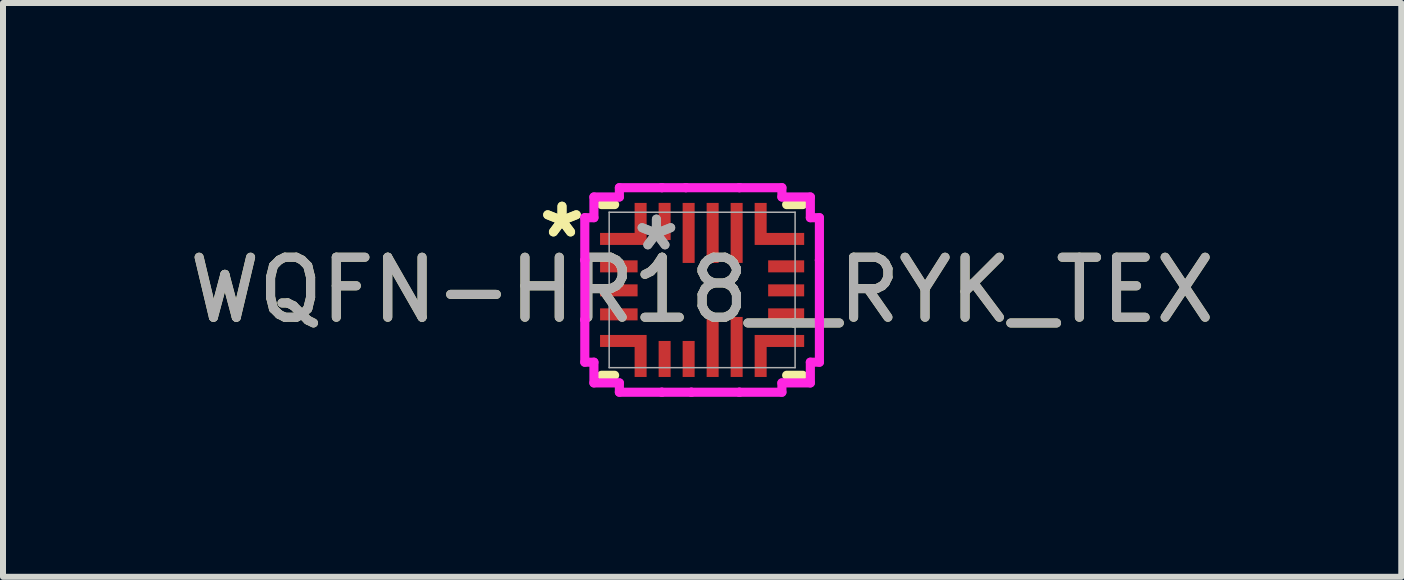
<source format=kicad_pcb>
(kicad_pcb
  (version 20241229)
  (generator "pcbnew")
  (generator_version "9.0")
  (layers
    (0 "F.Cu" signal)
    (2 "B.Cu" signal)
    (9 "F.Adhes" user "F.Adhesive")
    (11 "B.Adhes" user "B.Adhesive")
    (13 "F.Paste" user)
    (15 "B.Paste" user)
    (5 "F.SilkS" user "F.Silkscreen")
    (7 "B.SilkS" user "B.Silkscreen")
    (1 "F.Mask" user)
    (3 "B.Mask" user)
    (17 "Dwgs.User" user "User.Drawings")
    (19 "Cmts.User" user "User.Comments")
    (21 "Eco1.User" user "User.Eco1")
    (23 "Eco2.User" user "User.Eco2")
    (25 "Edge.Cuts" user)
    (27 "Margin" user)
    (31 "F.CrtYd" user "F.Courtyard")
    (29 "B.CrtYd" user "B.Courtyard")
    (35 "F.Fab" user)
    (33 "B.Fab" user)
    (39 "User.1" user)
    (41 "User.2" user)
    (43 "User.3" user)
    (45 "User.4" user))
  (footprint "WQFN-HR18__RYK_TEX"
    (layer "F.Cu")
    (at 8.649 1.781)
    (property "Reference" "WQFN-HR18__RYK_TEX" (at 0 0 0) (unlocked yes) (layer "F.SilkS") (effects (font (size 1 1) (thickness 0.15))))
    (attr smd)
    (fp_poly (pts (xy -1.701 -0.95) (xy -1.701 -0.75) (xy -0.925 -0.75) (xy -0.925 -1.45) (xy -1.125 -1.45) (xy -1.125 -0.95)) (stroke (width 0) (type solid)) (fill yes) (layer "F.Cu"))
    (fp_poly (pts (xy -1.701 0.95) (xy -1.701 0.75) (xy -0.925 0.75) (xy -0.925 1.45) (xy -1.125 1.45) (xy -1.125 0.95)) (stroke (width 0) (type solid)) (fill yes) (layer "F.Cu"))
    (fp_poly (pts (xy 0.875 -1.45) (xy 0.875 -0.75) (xy 1.7 -0.75) (xy 1.7 -0.95) (xy 1.075 -0.95) (xy 1.075 -1.45)) (stroke (width 0) (type solid)) (fill yes) (layer "F.Cu"))
    (fp_poly (pts (xy 0.875 1.45) (xy 0.875 0.75) (xy 1.7 0.75) (xy 1.7 0.95) (xy 1.075 0.95) (xy 1.075 1.45)) (stroke (width 0) (type solid)) (fill yes) (layer "F.Cu"))
    (fp_poly (pts (xy -1.701 -0.95) (xy -1.701 -0.75) (xy -0.925 -0.75) (xy -0.925 -1.45) (xy -1.125 -1.45) (xy -1.125 -0.95)) (stroke (width 0) (type solid)) (fill yes) (layer "F.Mask"))
    (fp_poly (pts (xy -1.701 0.95) (xy -1.701 0.75) (xy -0.925 0.75) (xy -0.925 1.45) (xy -1.125 1.45) (xy -1.125 0.95)) (stroke (width 0) (type solid)) (fill yes) (layer "F.Mask"))
    (fp_poly (pts (xy 0.875 -1.45) (xy 0.875 -0.75) (xy 1.7 -0.75) (xy 1.7 -0.95) (xy 1.075 -0.95) (xy 1.075 -1.45)) (stroke (width 0) (type solid)) (fill yes) (layer "F.Mask"))
    (fp_poly (pts (xy 0.875 1.45) (xy 0.875 0.75) (xy 1.7 0.75) (xy 1.7 0.95) (xy 1.075 0.95) (xy 1.075 1.45)) (stroke (width 0) (type solid)) (fill yes) (layer "F.Mask"))
    (fp_line (start -1.676 -1.422) (end -1.458 -1.422) (stroke (width 0.152) (type solid)) (layer "F.SilkS"))
    (fp_line (start -1.458 1.422) (end -1.676 1.422) (stroke (width 0.152) (type solid)) (layer "F.SilkS"))
    (fp_line (start 1.408 -1.422) (end 1.676 -1.422) (stroke (width 0.152) (type solid)) (layer "F.SilkS"))
    (fp_line (start 1.676 1.422) (end 1.408 1.422) (stroke (width 0.152) (type solid)) (layer "F.SilkS"))
    (fp_poly (pts (xy -1.701 -0.95) (xy -1.701 -0.75) (xy -0.925 -0.75) (xy -0.925 -1.45) (xy -1.125 -1.45) (xy -1.125 -0.95)) (stroke (width 0) (type solid)) (fill yes) (layer "F.Paste"))
    (fp_poly (pts (xy -1.701 0.95) (xy -1.701 0.75) (xy -0.925 0.75) (xy -0.925 1.45) (xy -1.125 1.45) (xy -1.125 0.95)) (stroke (width 0) (type solid)) (fill yes) (layer "F.Paste"))
    (fp_poly (pts (xy 0.875 -1.45) (xy 0.875 -0.75) (xy 1.7 -0.75) (xy 1.7 -0.95) (xy 1.075 -0.95) (xy 1.075 -1.45)) (stroke (width 0) (type solid)) (fill yes) (layer "F.Paste"))
    (fp_poly (pts (xy 0.875 1.45) (xy 0.875 0.75) (xy 1.7 0.75) (xy 1.7 0.95) (xy 1.075 0.95) (xy 1.075 1.45)) (stroke (width 0) (type solid)) (fill yes) (layer "F.Paste"))
    (fp_line (start -1.955 -1.204) (end -1.955 -0.496) (stroke (width 0.152) (type solid)) (layer "F.CrtYd"))
    (fp_line (start -1.955 -0.496) (end -1.954 -0.496) (stroke (width 0.152) (type solid)) (layer "F.CrtYd"))
    (fp_line (start -1.955 0.496) (end -1.955 1.204) (stroke (width 0.152) (type solid)) (layer "F.CrtYd"))
    (fp_line (start -1.955 1.204) (end -1.803 1.204) (stroke (width 0.152) (type solid)) (layer "F.CrtYd"))
    (fp_line (start -1.954 -0.496) (end -1.954 0.496) (stroke (width 0.152) (type solid)) (layer "F.CrtYd"))
    (fp_line (start -1.954 0.496) (end -1.955 0.496) (stroke (width 0.152) (type solid)) (layer "F.CrtYd"))
    (fp_line (start -1.803 -1.549) (end -1.803 -1.204) (stroke (width 0.152) (type solid)) (layer "F.CrtYd"))
    (fp_line (start -1.803 -1.204) (end -1.955 -1.204) (stroke (width 0.152) (type solid)) (layer "F.CrtYd"))
    (fp_line (start -1.803 1.204) (end -1.803 1.549) (stroke (width 0.152) (type solid)) (layer "F.CrtYd"))
    (fp_line (start -1.803 1.549) (end -1.379 1.549) (stroke (width 0.152) (type solid)) (layer "F.CrtYd"))
    (fp_line (start -1.379 -1.704) (end -1.379 -1.549) (stroke (width 0.152) (type solid)) (layer "F.CrtYd"))
    (fp_line (start -1.379 -1.549) (end -1.803 -1.549) (stroke (width 0.152) (type solid)) (layer "F.CrtYd"))
    (fp_line (start -1.379 1.549) (end -1.379 1.704) (stroke (width 0.152) (type solid)) (layer "F.CrtYd"))
    (fp_line (start -1.379 1.704) (end -0.671 1.704) (stroke (width 0.152) (type solid)) (layer "F.CrtYd"))
    (fp_line (start -0.671 -1.704) (end -0.671 -1.704) (stroke (width 0.152) (type solid)) (layer "F.CrtYd"))
    (fp_line (start -0.671 -1.704) (end -1.379 -1.704) (stroke (width 0.152) (type solid)) (layer "F.CrtYd"))
    (fp_line (start -0.671 1.704) (end -0.671 1.704) (stroke (width 0.152) (type solid)) (layer "F.CrtYd"))
    (fp_line (start -0.671 1.704) (end -0.179 1.704) (stroke (width 0.152) (type solid)) (layer "F.CrtYd"))
    (fp_line (start -0.271 -1.704) (end -0.671 -1.704) (stroke (width 0.152) (type solid)) (layer "F.CrtYd"))
    (fp_line (start -0.271 -1.704) (end -0.271 -1.704) (stroke (width 0.152) (type solid)) (layer "F.CrtYd"))
    (fp_line (start -0.179 1.704) (end 0.621 1.704) (stroke (width 0.152) (type solid)) (layer "F.CrtYd"))
    (fp_line (start -0.179 1.704) (end -0.179 1.704) (stroke (width 0.152) (type solid)) (layer "F.CrtYd"))
    (fp_line (start 0.621 -1.704) (end 0.621 -1.704) (stroke (width 0.152) (type solid)) (layer "F.CrtYd"))
    (fp_line (start 0.621 -1.704) (end -0.271 -1.704) (stroke (width 0.152) (type solid)) (layer "F.CrtYd"))
    (fp_line (start 0.621 1.704) (end 0.621 1.704) (stroke (width 0.152) (type solid)) (layer "F.CrtYd"))
    (fp_line (start 0.621 1.704) (end 1.329 1.704) (stroke (width 0.152) (type solid)) (layer "F.CrtYd"))
    (fp_line (start 1.329 -1.704) (end 0.621 -1.704) (stroke (width 0.152) (type solid)) (layer "F.CrtYd"))
    (fp_line (start 1.329 -1.549) (end 1.329 -1.704) (stroke (width 0.152) (type solid)) (layer "F.CrtYd"))
    (fp_line (start 1.329 1.549) (end 1.803 1.549) (stroke (width 0.152) (type solid)) (layer "F.CrtYd"))
    (fp_line (start 1.329 1.704) (end 1.329 1.549) (stroke (width 0.152) (type solid)) (layer "F.CrtYd"))
    (fp_line (start 1.803 -1.549) (end 1.329 -1.549) (stroke (width 0.152) (type solid)) (layer "F.CrtYd"))
    (fp_line (start 1.803 -1.204) (end 1.803 -1.549) (stroke (width 0.152) (type solid)) (layer "F.CrtYd"))
    (fp_line (start 1.803 1.204) (end 1.954 1.204) (stroke (width 0.152) (type solid)) (layer "F.CrtYd"))
    (fp_line (start 1.803 1.549) (end 1.803 1.204) (stroke (width 0.152) (type solid)) (layer "F.CrtYd"))
    (fp_line (start 1.954 -1.204) (end 1.803 -1.204) (stroke (width 0.152) (type solid)) (layer "F.CrtYd"))
    (fp_line (start 1.954 -0.496) (end 1.954 -1.204) (stroke (width 0.152) (type solid)) (layer "F.CrtYd"))
    (fp_line (start 1.954 -0.496) (end 1.954 -0.496) (stroke (width 0.152) (type solid)) (layer "F.CrtYd"))
    (fp_line (start 1.954 0.496) (end 1.954 -0.496) (stroke (width 0.152) (type solid)) (layer "F.CrtYd"))
    (fp_line (start 1.954 0.496) (end 1.954 0.496) (stroke (width 0.152) (type solid)) (layer "F.CrtYd"))
    (fp_line (start 1.954 1.204) (end 1.954 0.496) (stroke (width 0.152) (type solid)) (layer "F.CrtYd"))
    (fp_line (start -1.549 -1.295) (end -1.549 1.295) (stroke (width 0.025) (type solid)) (layer "F.Fab"))
    (fp_line (start -1.549 1.295) (end 1.549 1.295) (stroke (width 0.025) (type solid)) (layer "F.Fab"))
    (fp_line (start 1.549 -1.295) (end -1.549 -1.295) (stroke (width 0.025) (type solid)) (layer "F.Fab"))
    (fp_line (start 1.549 1.295) (end 1.549 -1.295) (stroke (width 0.025) (type solid)) (layer "F.Fab"))
    (fp_text user "*" (at -2.335 -0.85 0) (layer "F.SilkS") (effects (font (size 1 1) (thickness 0.15))))
    (fp_text user "*" (at -2.335 -0.85 0) (unlocked yes) (layer "F.SilkS") (effects (font (size 1 1) (thickness 0.15))))
    (fp_text user "*" (at -0.762 -0.635 0) (layer "F.Fab") (effects (font (size 1 1) (thickness 0.15))))
    (fp_text user "${REFERENCE}" (at 0 0 0) (unlocked yes) (layer "F.Fab") (effects (font (size 1 1) (thickness 0.15))))
    (fp_text user "*" (at -0.762 -0.635 0) (unlocked yes) (layer "F.Fab") (effects (font (size 1 1) (thickness 0.15))))
    (pad "1" smd rect (at -1.025 -0.85) (size 0.127 0.127) (layers "F.Cu" "F.Mask" "F.Paste"))
    (pad "2" smd rect (at -1.388 -0.393) (size 0.625 0.2) (layers "F.Cu" "F.Mask" "F.Paste"))
    (pad "3" smd rect (at -1.388 0.007) (size 0.625 0.2) (layers "F.Cu" "F.Mask" "F.Paste"))
    (pad "4" smd rect (at -1.388 0.407) (size 0.625 0.2) (layers "F.Cu" "F.Mask" "F.Paste"))
    (pad "5" smd rect (at -1.025 0.85) (size 0.127 0.127) (layers "F.Cu" "F.Mask" "F.Paste"))
    (pad "6" smd rect (at -0.625 1.15 90) (size 0.6 0.2) (layers "F.Cu" "F.Mask" "F.Paste"))
    (pad "7" smd rect (at -0.225 1.15 90) (size 0.6 0.2) (layers "F.Cu" "F.Mask" "F.Paste"))
    (pad "8" smd rect (at 0.175 0.95) (size 0.2 1) (layers "F.Cu" "F.Mask" "F.Paste"))
    (pad "9" smd rect (at 0.575 0.95) (size 0.2 1) (layers "F.Cu" "F.Mask" "F.Paste"))
    (pad "10" smd rect (at 0.975 0.85) (size 0.127 0.127) (layers "F.Cu" "F.Mask" "F.Paste"))
    (pad "11" smd rect (at 1.4 0.407) (size 0.6 0.2) (layers "F.Cu" "F.Mask" "F.Paste"))
    (pad "12" smd rect (at 1.4 0.007) (size 0.6 0.2) (layers "F.Cu" "F.Mask" "F.Paste"))
    (pad "13" smd rect (at 1.4 -0.393) (size 0.6 0.2) (layers "F.Cu" "F.Mask" "F.Paste"))
    (pad "14" smd rect (at 0.975 -0.85) (size 0.127 0.127) (layers "F.Cu" "F.Mask" "F.Paste"))
    (pad "15" smd rect (at 0.575 -0.95) (size 0.2 1) (layers "F.Cu" "F.Mask" "F.Paste"))
    (pad "16" smd rect (at 0.175 -0.95) (size 0.2 1) (layers "F.Cu" "F.Mask" "F.Paste"))
    (pad "17" smd rect (at -0.225 -0.95) (size 0.2 1) (layers "F.Cu" "F.Mask" "F.Paste"))
    (pad "18" smd rect (at -0.625 -1.141 90) (size 0.619 0.2) (layers "F.Cu" "F.Mask" "F.Paste")))
  (gr_rect
    (start -3 -3)
    (end 20.298 6.561)
    (stroke (width 0.1) (type default))
    (fill no)
    (layer "Edge.Cuts")))
</source>
